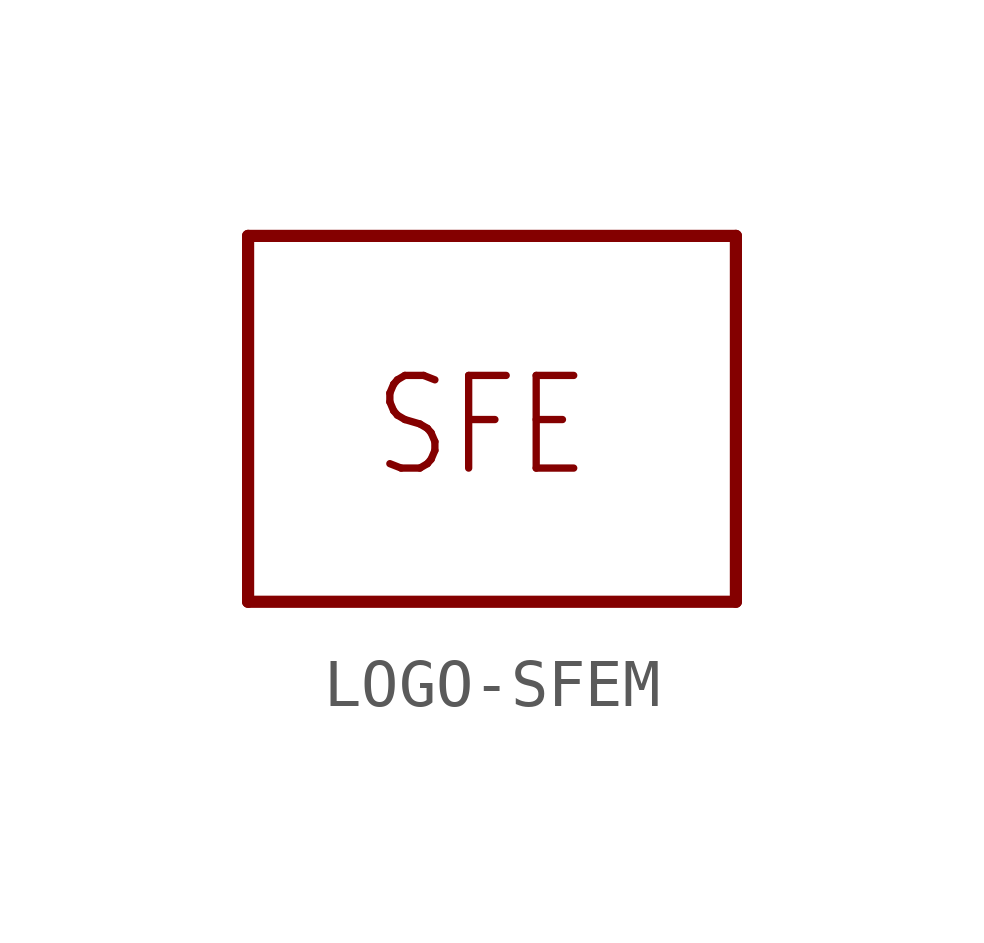
<source format=kicad_sym>
(kicad_symbol_lib
  (version 20211014)
  (generator kicad_symbol_editor)
  (symbol "LOGO-SFEM"
    (property "Reference" "JP"
      (at 0 0 0)
      (effects (font (size 1.27 1.27)) hide))
    (property "ki_locked" ""
      (at 0 0 0)
      (effects (font (size 1.27 1.27))))
    (symbol "LOGO-SFEM_1_0"
      (polyline (pts (xy -2.54 -2.54) (xy 7.62 -2.54)) (stroke (width 0.254) (type default) (color 0 0 0 0)) (fill (type none)))
      (polyline (pts (xy -2.54 5.08) (xy -2.54 -2.54)) (stroke (width 0.254) (type default) (color 0 0 0 0)) (fill (type none)))
      (polyline (pts (xy 7.62 -2.54) (xy 7.62 5.08)) (stroke (width 0.254) (type default) (color 0 0 0 0)) (fill (type none)))
      (polyline (pts (xy 7.62 5.08) (xy -2.54 5.08)) (stroke (width 0.254) (type default) (color 0 0 0 0)) (fill (type none)))
      (text "SFE" (at 0 0 0) (effects (font (size 1.93 1.641)) (justify left bottom))))))
</source>
